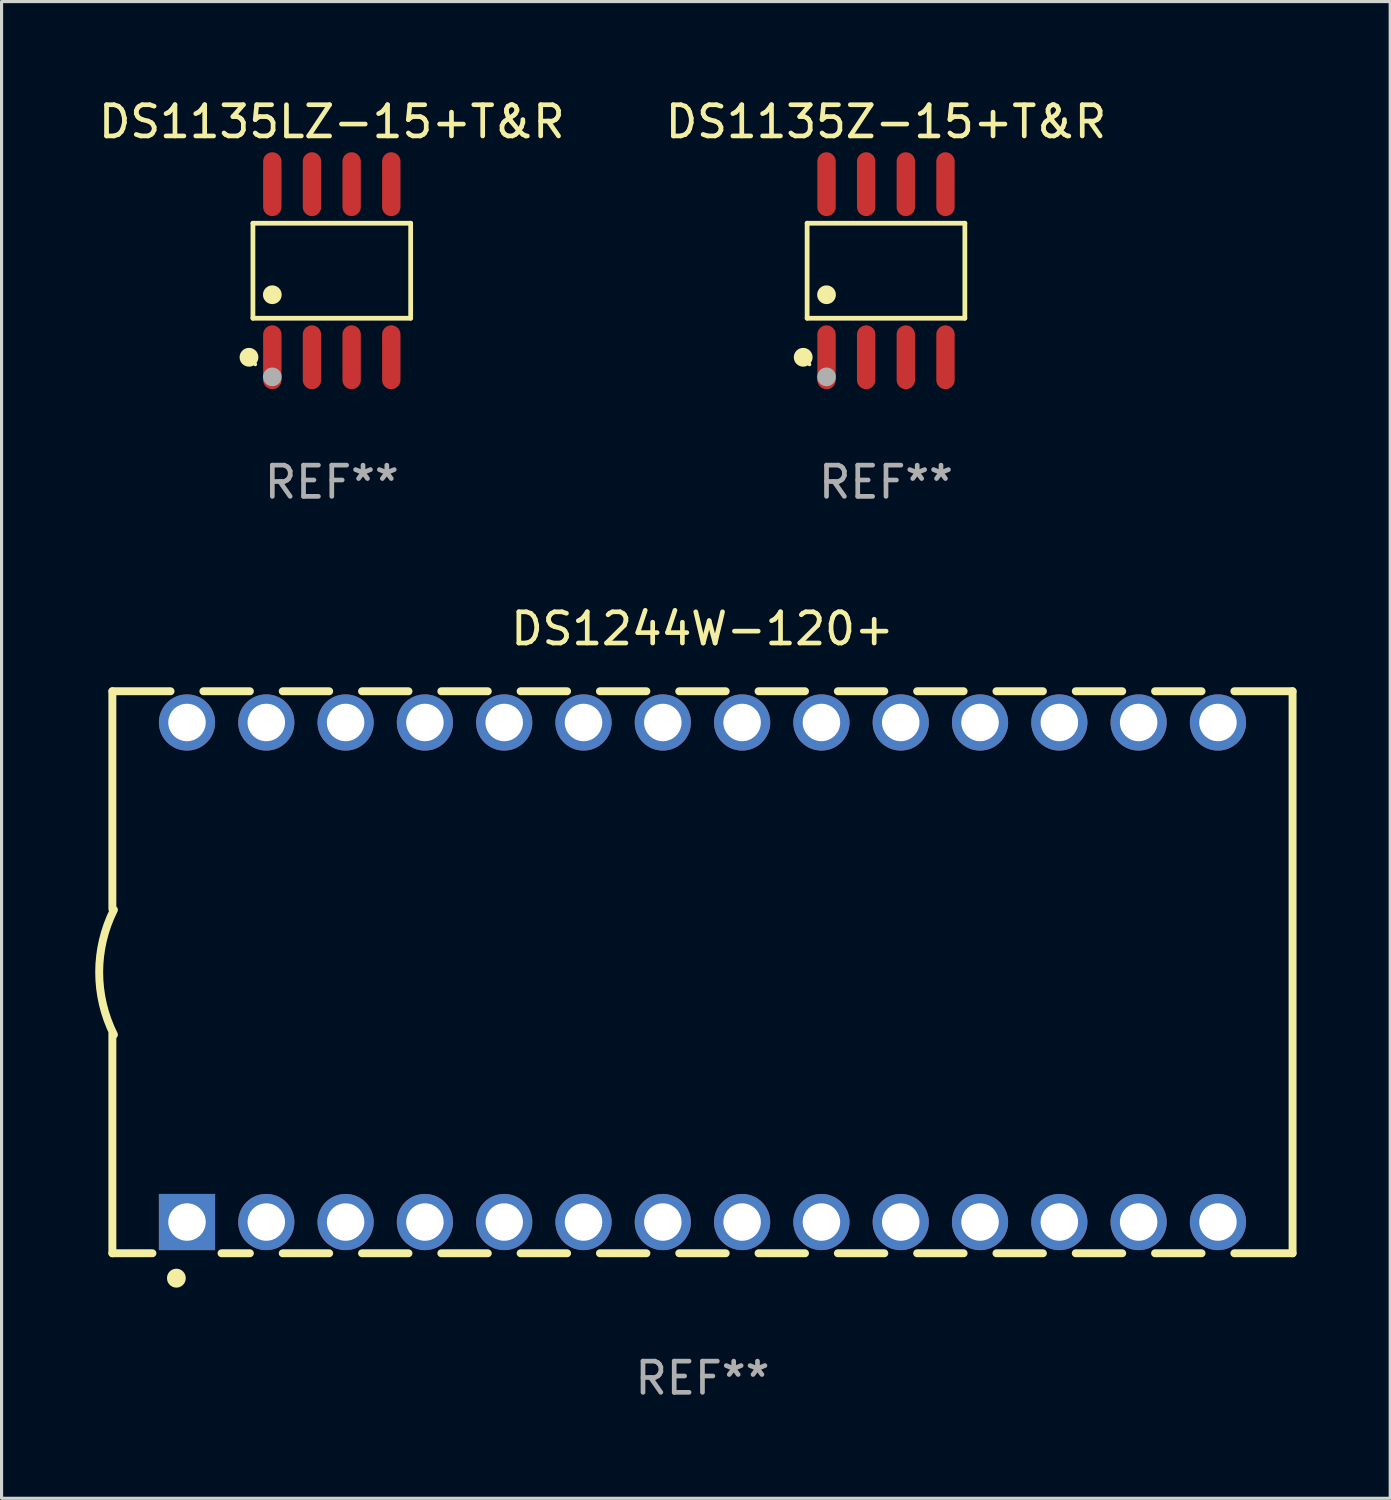
<source format=kicad_pcb>
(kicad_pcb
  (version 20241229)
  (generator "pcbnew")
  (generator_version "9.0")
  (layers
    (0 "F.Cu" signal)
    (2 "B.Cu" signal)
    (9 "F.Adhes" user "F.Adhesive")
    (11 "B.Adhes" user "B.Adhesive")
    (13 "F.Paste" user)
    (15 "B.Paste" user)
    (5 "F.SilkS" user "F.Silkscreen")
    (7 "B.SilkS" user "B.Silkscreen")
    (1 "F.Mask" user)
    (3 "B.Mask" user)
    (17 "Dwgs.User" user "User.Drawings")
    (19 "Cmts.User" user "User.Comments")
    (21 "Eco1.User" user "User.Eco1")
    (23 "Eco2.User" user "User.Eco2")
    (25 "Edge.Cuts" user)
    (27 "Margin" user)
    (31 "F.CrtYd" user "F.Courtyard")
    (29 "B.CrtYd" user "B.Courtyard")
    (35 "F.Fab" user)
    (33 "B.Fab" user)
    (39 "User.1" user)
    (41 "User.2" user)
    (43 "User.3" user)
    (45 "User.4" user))
  (footprint "DS1135LZ-15+T&R"
    (layer "F.Cu")
    (at 7.577 5.621)
    (property "Reference" "DS1135LZ-15+T&R" (at 0 -4.772 0) (layer "F.SilkS") (effects (font (size 1 1) (thickness 0.15))))
    (attr through_hole)
    (fp_line (start -2.526 -1.521) (end 2.526 -1.521) (stroke (width 0.152) (type solid)) (layer "F.SilkS"))
    (fp_line (start -2.526 1.521) (end -2.526 -1.521) (stroke (width 0.152) (type solid)) (layer "F.SilkS"))
    (fp_line (start 2.526 -1.521) (end 2.526 1.521) (stroke (width 0.152) (type solid)) (layer "F.SilkS"))
    (fp_line (start 2.526 1.521) (end -2.526 1.521) (stroke (width 0.152) (type solid)) (layer "F.SilkS"))
    (fp_circle (center -2.652 2.772) (end -2.501 2.772) (stroke (width 0.3) (type solid)) (fill no) (layer "F.SilkS"))
    (fp_circle (center -2.45 3) (end -2.42 3) (stroke (width 0.06) (type solid)) (fill no) (layer "F.SilkS"))
    (fp_circle (center -1.905 0.769) (end -1.755 0.769) (stroke (width 0.3) (type solid)) (fill no) (layer "F.SilkS"))
    (fp_circle (center -1.905 3.4) (end -1.755 3.4) (stroke (width 0.3) (type solid)) (fill no) (layer "F.Fab"))
    (fp_text user "REF**" (at 0 6.772 0) (layer "F.Fab") (effects (font (size 1 1) (thickness 0.15))))
    (pad "1" smd oval (at -1.905 2.772) (size 0.588 2.045) (layers "F.Cu" "F.Mask" "F.Paste"))
    (pad "2" smd oval (at -0.635 2.772) (size 0.588 2.045) (layers "F.Cu" "F.Mask" "F.Paste"))
    (pad "3" smd oval (at 0.635 2.772) (size 0.588 2.045) (layers "F.Cu" "F.Mask" "F.Paste"))
    (pad "4" smd oval (at 1.905 2.772) (size 0.588 2.045) (layers "F.Cu" "F.Mask" "F.Paste"))
    (pad "5" smd oval (at 1.905 -2.772) (size 0.588 2.045) (layers "F.Cu" "F.Mask" "F.Paste"))
    (pad "6" smd oval (at 0.635 -2.772) (size 0.588 2.045) (layers "F.Cu" "F.Mask" "F.Paste"))
    (pad "7" smd oval (at -0.635 -2.772) (size 0.588 2.045) (layers "F.Cu" "F.Mask" "F.Paste"))
    (pad "8" smd oval (at -1.905 -2.772) (size 0.588 2.045) (layers "F.Cu" "F.Mask" "F.Paste")))
  (footprint "DS1135Z-15+T&R"
    (layer "F.Cu")
    (at 25.327 5.621)
    (property "Reference" "DS1135Z-15+T&R" (at 0 -4.772 0) (layer "F.SilkS") (effects (font (size 1 1) (thickness 0.15))))
    (attr through_hole)
    (fp_line (start -2.526 -1.521) (end 2.526 -1.521) (stroke (width 0.152) (type solid)) (layer "F.SilkS"))
    (fp_line (start -2.526 1.521) (end -2.526 -1.521) (stroke (width 0.152) (type solid)) (layer "F.SilkS"))
    (fp_line (start 2.526 -1.521) (end 2.526 1.521) (stroke (width 0.152) (type solid)) (layer "F.SilkS"))
    (fp_line (start 2.526 1.521) (end -2.526 1.521) (stroke (width 0.152) (type solid)) (layer "F.SilkS"))
    (fp_circle (center -2.652 2.772) (end -2.501 2.772) (stroke (width 0.3) (type solid)) (fill no) (layer "F.SilkS"))
    (fp_circle (center -2.45 3) (end -2.42 3) (stroke (width 0.06) (type solid)) (fill no) (layer "F.SilkS"))
    (fp_circle (center -1.905 0.769) (end -1.755 0.769) (stroke (width 0.3) (type solid)) (fill no) (layer "F.SilkS"))
    (fp_circle (center -1.905 3.4) (end -1.755 3.4) (stroke (width 0.3) (type solid)) (fill no) (layer "F.Fab"))
    (fp_text user "REF**" (at 0 6.772 0) (layer "F.Fab") (effects (font (size 1 1) (thickness 0.15))))
    (pad "1" smd oval (at -1.905 2.772) (size 0.588 2.045) (layers "F.Cu" "F.Mask" "F.Paste"))
    (pad "2" smd oval (at -0.635 2.772) (size 0.588 2.045) (layers "F.Cu" "F.Mask" "F.Paste"))
    (pad "3" smd oval (at 0.635 2.772) (size 0.588 2.045) (layers "F.Cu" "F.Mask" "F.Paste"))
    (pad "4" smd oval (at 1.905 2.772) (size 0.588 2.045) (layers "F.Cu" "F.Mask" "F.Paste"))
    (pad "5" smd oval (at 1.905 -2.772) (size 0.588 2.045) (layers "F.Cu" "F.Mask" "F.Paste"))
    (pad "6" smd oval (at 0.635 -2.772) (size 0.588 2.045) (layers "F.Cu" "F.Mask" "F.Paste"))
    (pad "7" smd oval (at -0.635 -2.772) (size 0.588 2.045) (layers "F.Cu" "F.Mask" "F.Paste"))
    (pad "8" smd oval (at -1.905 -2.772) (size 0.588 2.045) (layers "F.Cu" "F.Mask" "F.Paste")))
  (footprint "DS1244W-120+"
    (layer "F.Cu")
    (at 19.449 28.09)
    (property "Reference" "DS1244W-120+" (at 0 -11 0) (layer "F.SilkS") (effects (font (size 1 1) (thickness 0.15))))
    (attr through_hole)
    (fp_line (start -18.9 -9) (end -18.9 -2.026) (stroke (width 0.254) (type solid)) (layer "F.SilkS"))
    (fp_line (start -18.9 -9) (end -17.036 -9) (stroke (width 0.254) (type solid)) (layer "F.SilkS"))
    (fp_line (start -18.9 1.974) (end -18.9 9) (stroke (width 0.254) (type solid)) (layer "F.SilkS"))
    (fp_line (start -18.9 9) (end -17.617 9) (stroke (width 0.254) (type solid)) (layer "F.SilkS"))
    (fp_line (start -15.984 -9) (end -14.496 -9) (stroke (width 0.254) (type solid)) (layer "F.SilkS"))
    (fp_line (start -15.403 9) (end -14.496 9) (stroke (width 0.254) (type solid)) (layer "F.SilkS"))
    (fp_line (start -13.444 -9) (end -11.956 -9) (stroke (width 0.254) (type solid)) (layer "F.SilkS"))
    (fp_line (start -13.444 9) (end -11.956 9) (stroke (width 0.254) (type solid)) (layer "F.SilkS"))
    (fp_line (start -10.904 -9) (end -9.416 -9) (stroke (width 0.254) (type solid)) (layer "F.SilkS"))
    (fp_line (start -10.904 9) (end -9.416 9) (stroke (width 0.254) (type solid)) (layer "F.SilkS"))
    (fp_line (start -8.364 -9) (end -6.876 -9) (stroke (width 0.254) (type solid)) (layer "F.SilkS"))
    (fp_line (start -8.364 9) (end -6.876 9) (stroke (width 0.254) (type solid)) (layer "F.SilkS"))
    (fp_line (start -5.824 -9) (end -4.336 -9) (stroke (width 0.254) (type solid)) (layer "F.SilkS"))
    (fp_line (start -5.824 9) (end -4.336 9) (stroke (width 0.254) (type solid)) (layer "F.SilkS"))
    (fp_line (start -3.284 -9) (end -1.796 -9) (stroke (width 0.254) (type solid)) (layer "F.SilkS"))
    (fp_line (start -3.284 9) (end -1.796 9) (stroke (width 0.254) (type solid)) (layer "F.SilkS"))
    (fp_line (start -0.744 -9) (end 0.744 -9) (stroke (width 0.254) (type solid)) (layer "F.SilkS"))
    (fp_line (start -0.744 9) (end 0.744 9) (stroke (width 0.254) (type solid)) (layer "F.SilkS"))
    (fp_line (start 1.796 -9) (end 3.284 -9) (stroke (width 0.254) (type solid)) (layer "F.SilkS"))
    (fp_line (start 1.796 9) (end 3.284 9) (stroke (width 0.254) (type solid)) (layer "F.SilkS"))
    (fp_line (start 4.336 -9) (end 5.824 -9) (stroke (width 0.254) (type solid)) (layer "F.SilkS"))
    (fp_line (start 4.336 9) (end 5.824 9) (stroke (width 0.254) (type solid)) (layer "F.SilkS"))
    (fp_line (start 6.876 -9) (end 8.364 -9) (stroke (width 0.254) (type solid)) (layer "F.SilkS"))
    (fp_line (start 6.876 9) (end 8.364 9) (stroke (width 0.254) (type solid)) (layer "F.SilkS"))
    (fp_line (start 9.416 -9) (end 10.904 -9) (stroke (width 0.254) (type solid)) (layer "F.SilkS"))
    (fp_line (start 9.416 9) (end 10.904 9) (stroke (width 0.254) (type solid)) (layer "F.SilkS"))
    (fp_line (start 11.956 -9) (end 13.444 -9) (stroke (width 0.254) (type solid)) (layer "F.SilkS"))
    (fp_line (start 11.956 9) (end 13.444 9) (stroke (width 0.254) (type solid)) (layer "F.SilkS"))
    (fp_line (start 14.496 -9) (end 15.984 -9) (stroke (width 0.254) (type solid)) (layer "F.SilkS"))
    (fp_line (start 14.496 9) (end 15.984 9) (stroke (width 0.254) (type solid)) (layer "F.SilkS"))
    (fp_line (start 17.036 -9) (end 18.9 -9) (stroke (width 0.254) (type solid)) (layer "F.SilkS"))
    (fp_line (start 17.036 9) (end 18.9 9) (stroke (width 0.254) (type solid)) (layer "F.SilkS"))
    (fp_line (start 18.9 9) (end 18.9 -9) (stroke (width 0.254) (type solid)) (layer "F.SilkS"))
    (fp_arc (start -18.849987 2) (mid -19.322123 0) (end -18.849987 -2) (stroke (width 0.254001) (type solid)) (layer "F.SilkS"))
    (fp_arc (start -16.849987 9.8) (mid -16.849998 9.797473) (end -16.849987 9.794945) (stroke (width 0.6) (type solid)) (layer "F.SilkS"))
    (fp_text user "REF**" (at 0 13 0) (layer "F.Fab") (effects (font (size 1 1) (thickness 0.15))))
    (pad "1" thru_hole rect (at -16.51 8) (size 1.8 1.8) (drill 1.2) (layers "*.Cu" "*.Mask"))
    (pad "2" thru_hole circle (at -13.97 8) (size 1.8 1.8) (drill 1.2) (layers "*.Cu" "*.Mask"))
    (pad "3" thru_hole circle (at -11.43 8) (size 1.8 1.8) (drill 1.2) (layers "*.Cu" "*.Mask"))
    (pad "4" thru_hole circle (at -8.89 8) (size 1.8 1.8) (drill 1.2) (layers "*.Cu" "*.Mask"))
    (pad "5" thru_hole circle (at -6.35 8) (size 1.8 1.8) (drill 1.2) (layers "*.Cu" "*.Mask"))
    (pad "6" thru_hole circle (at -3.81 8) (size 1.8 1.8) (drill 1.2) (layers "*.Cu" "*.Mask"))
    (pad "7" thru_hole circle (at -1.27 8) (size 1.8 1.8) (drill 1.2) (layers "*.Cu" "*.Mask"))
    (pad "8" thru_hole circle (at 1.27 8) (size 1.8 1.8) (drill 1.2) (layers "*.Cu" "*.Mask"))
    (pad "9" thru_hole circle (at 3.81 8) (size 1.8 1.8) (drill 1.2) (layers "*.Cu" "*.Mask"))
    (pad "10" thru_hole circle (at 6.35 8) (size 1.8 1.8) (drill 1.2) (layers "*.Cu" "*.Mask"))
    (pad "11" thru_hole circle (at 8.89 8) (size 1.8 1.8) (drill 1.2) (layers "*.Cu" "*.Mask"))
    (pad "12" thru_hole circle (at 11.43 8) (size 1.8 1.8) (drill 1.2) (layers "*.Cu" "*.Mask"))
    (pad "13" thru_hole circle (at 13.97 8) (size 1.8 1.8) (drill 1.2) (layers "*.Cu" "*.Mask"))
    (pad "14" thru_hole circle (at 16.51 8) (size 1.8 1.8) (drill 1.2) (layers "*.Cu" "*.Mask"))
    (pad "15" thru_hole circle (at 16.51 -8) (size 1.8 1.8) (drill 1.2) (layers "*.Cu" "*.Mask"))
    (pad "16" thru_hole circle (at 13.97 -8) (size 1.8 1.8) (drill 1.2) (layers "*.Cu" "*.Mask"))
    (pad "17" thru_hole circle (at 11.43 -8) (size 1.8 1.8) (drill 1.2) (layers "*.Cu" "*.Mask"))
    (pad "18" thru_hole circle (at 8.89 -8) (size 1.8 1.8) (drill 1.2) (layers "*.Cu" "*.Mask"))
    (pad "19" thru_hole circle (at 6.35 -8) (size 1.8 1.8) (drill 1.2) (layers "*.Cu" "*.Mask"))
    (pad "20" thru_hole circle (at 3.81 -8) (size 1.8 1.8) (drill 1.2) (layers "*.Cu" "*.Mask"))
    (pad "21" thru_hole circle (at 1.27 -8) (size 1.8 1.8) (drill 1.2) (layers "*.Cu" "*.Mask"))
    (pad "22" thru_hole circle (at -1.27 -8) (size 1.8 1.8) (drill 1.2) (layers "*.Cu" "*.Mask"))
    (pad "23" thru_hole circle (at -3.81 -8) (size 1.8 1.8) (drill 1.2) (layers "*.Cu" "*.Mask"))
    (pad "24" thru_hole circle (at -6.35 -8) (size 1.8 1.8) (drill 1.2) (layers "*.Cu" "*.Mask"))
    (pad "25" thru_hole circle (at -8.89 -8) (size 1.8 1.8) (drill 1.2) (layers "*.Cu" "*.Mask"))
    (pad "26" thru_hole circle (at -11.43 -8) (size 1.8 1.8) (drill 1.2) (layers "*.Cu" "*.Mask"))
    (pad "27" thru_hole circle (at -13.97 -8) (size 1.8 1.8) (drill 1.2) (layers "*.Cu" "*.Mask"))
    (pad "28" thru_hole circle (at -16.51 -8) (size 1.8 1.8) (drill 1.2) (layers "*.Cu" "*.Mask")))
  (gr_rect
    (start -3 -3)
    (end 41.476 44.938)
    (stroke (width 0.1) (type default))
    (fill no)
    (layer "Edge.Cuts")))
</source>
